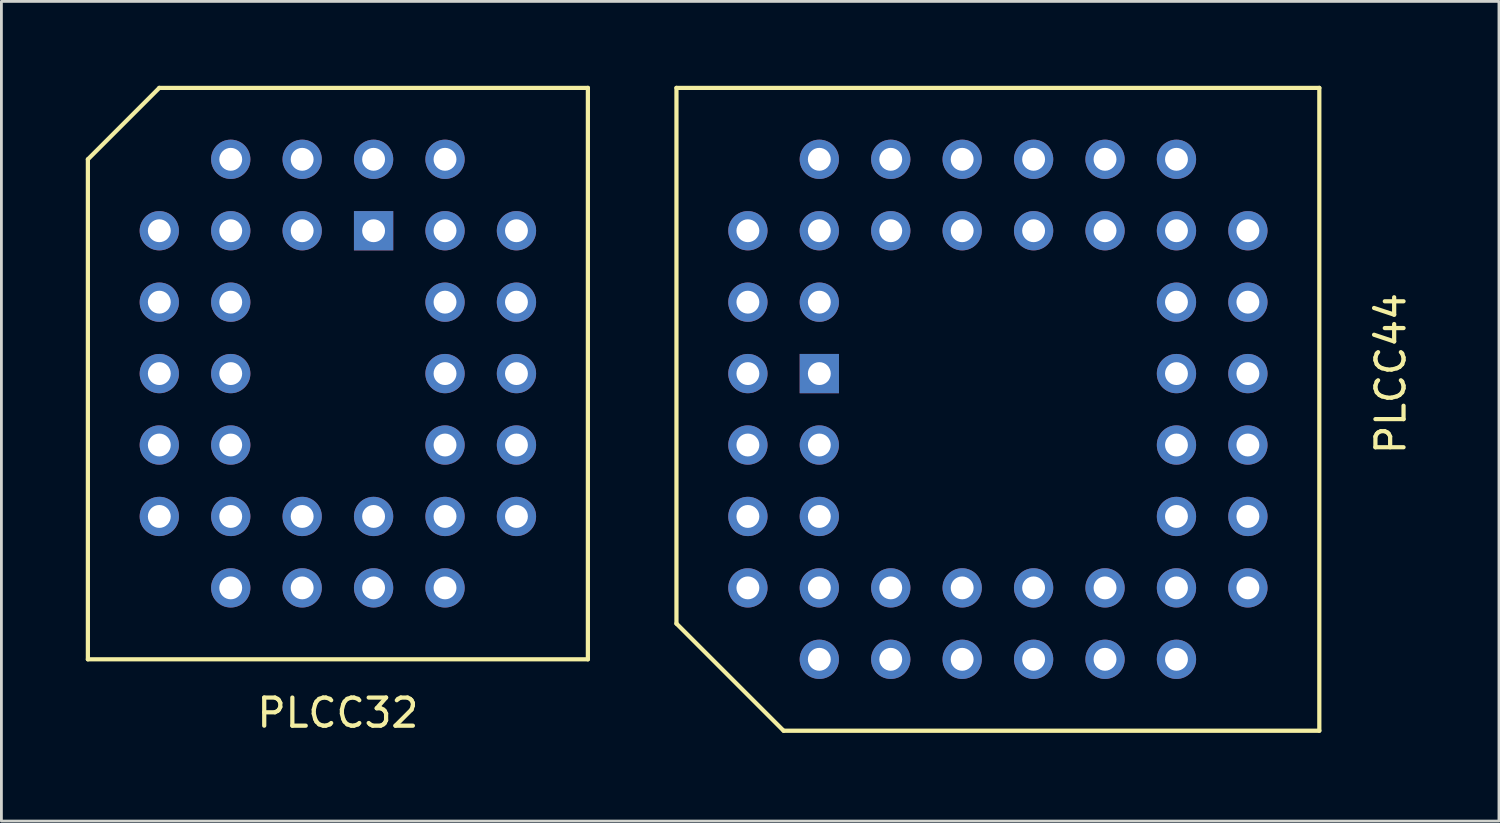
<source format=kicad_pcb>
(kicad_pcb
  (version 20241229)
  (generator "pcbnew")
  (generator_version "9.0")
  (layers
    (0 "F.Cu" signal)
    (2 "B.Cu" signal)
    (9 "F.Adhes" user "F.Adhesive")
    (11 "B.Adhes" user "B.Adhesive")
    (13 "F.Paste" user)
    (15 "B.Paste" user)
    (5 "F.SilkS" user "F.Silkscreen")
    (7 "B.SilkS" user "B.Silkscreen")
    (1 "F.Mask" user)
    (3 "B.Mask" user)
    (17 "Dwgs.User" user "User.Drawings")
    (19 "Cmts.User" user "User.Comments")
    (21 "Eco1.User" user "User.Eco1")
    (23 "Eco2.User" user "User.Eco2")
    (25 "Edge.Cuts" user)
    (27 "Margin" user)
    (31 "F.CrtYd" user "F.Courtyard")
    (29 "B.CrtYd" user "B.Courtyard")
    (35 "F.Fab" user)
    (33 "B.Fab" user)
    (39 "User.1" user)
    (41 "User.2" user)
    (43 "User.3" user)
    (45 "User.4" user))
  (footprint "PLCC44"
    (layer "F.Cu")
    (at 32.435 11.505)
    (property "Reference" "PLCC44" (at 13.97 -1.27 90) (layer "F.SilkS") (effects (font (size 1 1) (thickness 0.15))))
    (attr through_hole)
    (fp_line (start -11.43 -11.43) (end -11.43 7.62) (stroke (width 0.15) (type solid)) (layer "F.SilkS"))
    (fp_line (start -11.43 7.62) (end -7.62 11.43) (stroke (width 0.15) (type solid)) (layer "F.SilkS"))
    (fp_line (start -7.62 11.43) (end 11.43 11.43) (stroke (width 0.15) (type solid)) (layer "F.SilkS"))
    (fp_line (start 11.43 -11.43) (end -11.43 -11.43) (stroke (width 0.15) (type solid)) (layer "F.SilkS"))
    (fp_line (start 11.43 11.43) (end 11.43 -11.43) (stroke (width 0.15) (type solid)) (layer "F.SilkS"))
    (pad "1" thru_hole rect (at -6.35 -1.27) (size 1.397 1.397) (drill 0.813) (layers "*.Cu" "*.Mask"))
    (pad "2" thru_hole circle (at -8.89 1.27) (size 1.397 1.397) (drill 0.813) (layers "*.Cu" "*.Mask"))
    (pad "3" thru_hole circle (at -6.35 1.27) (size 1.397 1.397) (drill 0.813) (layers "*.Cu" "*.Mask"))
    (pad "4" thru_hole circle (at -8.89 3.81) (size 1.397 1.397) (drill 0.813) (layers "*.Cu" "*.Mask"))
    (pad "5" thru_hole circle (at -6.35 3.81) (size 1.397 1.397) (drill 0.813) (layers "*.Cu" "*.Mask"))
    (pad "6" thru_hole circle (at -8.89 6.35) (size 1.397 1.397) (drill 0.813) (layers "*.Cu" "*.Mask"))
    (pad "7" thru_hole circle (at -6.35 8.89) (size 1.397 1.397) (drill 0.813) (layers "*.Cu" "*.Mask"))
    (pad "8" thru_hole circle (at -6.35 6.35) (size 1.397 1.397) (drill 0.813) (layers "*.Cu" "*.Mask"))
    (pad "9" thru_hole circle (at -3.81 8.89) (size 1.397 1.397) (drill 0.813) (layers "*.Cu" "*.Mask"))
    (pad "10" thru_hole circle (at -3.81 6.35) (size 1.397 1.397) (drill 0.813) (layers "*.Cu" "*.Mask"))
    (pad "11" thru_hole circle (at -1.27 8.89) (size 1.397 1.397) (drill 0.813) (layers "*.Cu" "*.Mask"))
    (pad "12" thru_hole circle (at -1.27 6.35) (size 1.397 1.397) (drill 0.813) (layers "*.Cu" "*.Mask"))
    (pad "13" thru_hole circle (at 1.27 8.89) (size 1.397 1.397) (drill 0.813) (layers "*.Cu" "*.Mask"))
    (pad "14" thru_hole circle (at 1.27 6.35) (size 1.397 1.397) (drill 0.813) (layers "*.Cu" "*.Mask"))
    (pad "15" thru_hole circle (at 3.81 8.89) (size 1.397 1.397) (drill 0.813) (layers "*.Cu" "*.Mask"))
    (pad "16" thru_hole circle (at 3.81 6.35) (size 1.397 1.397) (drill 0.813) (layers "*.Cu" "*.Mask"))
    (pad "17" thru_hole circle (at 6.35 8.89) (size 1.397 1.397) (drill 0.813) (layers "*.Cu" "*.Mask"))
    (pad "18" thru_hole circle (at 8.89 6.35) (size 1.397 1.397) (drill 0.813) (layers "*.Cu" "*.Mask"))
    (pad "19" thru_hole circle (at 6.35 6.35) (size 1.397 1.397) (drill 0.813) (layers "*.Cu" "*.Mask"))
    (pad "20" thru_hole circle (at 8.89 3.81) (size 1.397 1.397) (drill 0.813) (layers "*.Cu" "*.Mask"))
    (pad "21" thru_hole circle (at 6.35 3.81) (size 1.397 1.397) (drill 0.813) (layers "*.Cu" "*.Mask"))
    (pad "22" thru_hole circle (at 8.89 1.27) (size 1.397 1.397) (drill 0.813) (layers "*.Cu" "*.Mask"))
    (pad "23" thru_hole circle (at 6.35 1.27) (size 1.397 1.397) (drill 0.813) (layers "*.Cu" "*.Mask"))
    (pad "24" thru_hole circle (at 8.89 -1.27) (size 1.397 1.397) (drill 0.813) (layers "*.Cu" "*.Mask"))
    (pad "25" thru_hole circle (at 6.35 -1.27) (size 1.397 1.397) (drill 0.813) (layers "*.Cu" "*.Mask"))
    (pad "26" thru_hole circle (at 8.89 -3.81) (size 1.397 1.397) (drill 0.813) (layers "*.Cu" "*.Mask"))
    (pad "27" thru_hole circle (at 6.35 -3.81) (size 1.397 1.397) (drill 0.813) (layers "*.Cu" "*.Mask"))
    (pad "28" thru_hole circle (at 8.89 -6.35) (size 1.397 1.397) (drill 0.813) (layers "*.Cu" "*.Mask"))
    (pad "29" thru_hole circle (at 6.35 -8.89) (size 1.397 1.397) (drill 0.813) (layers "*.Cu" "*.Mask"))
    (pad "30" thru_hole circle (at 6.35 -6.35) (size 1.397 1.397) (drill 0.813) (layers "*.Cu" "*.Mask"))
    (pad "31" thru_hole circle (at 3.81 -8.89) (size 1.397 1.397) (drill 0.813) (layers "*.Cu" "*.Mask"))
    (pad "32" thru_hole circle (at 3.81 -6.35) (size 1.397 1.397) (drill 0.813) (layers "*.Cu" "*.Mask"))
    (pad "33" thru_hole circle (at 1.27 -8.89) (size 1.397 1.397) (drill 0.813) (layers "*.Cu" "*.Mask"))
    (pad "34" thru_hole circle (at 1.27 -6.35) (size 1.397 1.397) (drill 0.813) (layers "*.Cu" "*.Mask"))
    (pad "35" thru_hole circle (at -1.27 -8.89) (size 1.397 1.397) (drill 0.813) (layers "*.Cu" "*.Mask"))
    (pad "36" thru_hole circle (at -1.27 -6.35) (size 1.397 1.397) (drill 0.813) (layers "*.Cu" "*.Mask"))
    (pad "37" thru_hole circle (at -3.81 -8.89) (size 1.397 1.397) (drill 0.813) (layers "*.Cu" "*.Mask"))
    (pad "38" thru_hole circle (at -3.81 -6.35) (size 1.397 1.397) (drill 0.813) (layers "*.Cu" "*.Mask"))
    (pad "39" thru_hole circle (at -6.35 -8.89) (size 1.397 1.397) (drill 0.813) (layers "*.Cu" "*.Mask"))
    (pad "40" thru_hole circle (at -8.89 -6.35) (size 1.397 1.397) (drill 0.813) (layers "*.Cu" "*.Mask"))
    (pad "41" thru_hole circle (at -6.35 -6.35) (size 1.397 1.397) (drill 0.813) (layers "*.Cu" "*.Mask"))
    (pad "42" thru_hole circle (at -8.89 -3.81) (size 1.397 1.397) (drill 0.813) (layers "*.Cu" "*.Mask"))
    (pad "43" thru_hole circle (at -6.35 -3.81) (size 1.397 1.397) (drill 0.813) (layers "*.Cu" "*.Mask"))
    (pad "44" thru_hole circle (at -8.89 -1.27) (size 1.397 1.397) (drill 0.813) (layers "*.Cu" "*.Mask")))
  (footprint "PLCC32"
    (layer "F.Cu")
    (at 8.965 10.235)
    (property "Reference" "PLCC32" (at 0 12.065 0) (layer "F.SilkS") (effects (font (size 1 1) (thickness 0.15))))
    (attr through_hole)
    (fp_line (start -8.89 -7.62) (end -8.89 10.16) (stroke (width 0.15) (type solid)) (layer "F.SilkS"))
    (fp_line (start -8.89 10.16) (end 8.89 10.16) (stroke (width 0.15) (type solid)) (layer "F.SilkS"))
    (fp_line (start -6.35 -10.16) (end -8.89 -7.62) (stroke (width 0.15) (type solid)) (layer "F.SilkS"))
    (fp_line (start 8.89 -10.16) (end -6.35 -10.16) (stroke (width 0.15) (type solid)) (layer "F.SilkS"))
    (fp_line (start 8.89 -10.16) (end 8.89 10.16) (stroke (width 0.15) (type solid)) (layer "F.SilkS"))
    (pad "1" thru_hole rect (at 1.27 -5.08) (size 1.397 1.397) (drill 0.813) (layers "*.Cu" "*.Mask"))
    (pad "2" thru_hole circle (at -1.27 -7.62) (size 1.397 1.397) (drill 0.813) (layers "*.Cu" "*.Mask"))
    (pad "3" thru_hole circle (at -1.27 -5.08) (size 1.397 1.397) (drill 0.813) (layers "*.Cu" "*.Mask"))
    (pad "4" thru_hole circle (at -3.81 -7.62) (size 1.397 1.397) (drill 0.813) (layers "*.Cu" "*.Mask"))
    (pad "5" thru_hole circle (at -6.35 -5.08) (size 1.397 1.397) (drill 0.813) (layers "*.Cu" "*.Mask"))
    (pad "6" thru_hole circle (at -3.81 -5.08) (size 1.397 1.397) (drill 0.813) (layers "*.Cu" "*.Mask"))
    (pad "7" thru_hole circle (at -6.35 -2.54) (size 1.397 1.397) (drill 0.813) (layers "*.Cu" "*.Mask"))
    (pad "8" thru_hole circle (at -3.81 -2.54) (size 1.397 1.397) (drill 0.813) (layers "*.Cu" "*.Mask"))
    (pad "9" thru_hole circle (at -6.35 0) (size 1.397 1.397) (drill 0.813) (layers "*.Cu" "*.Mask"))
    (pad "10" thru_hole circle (at -3.81 0) (size 1.397 1.397) (drill 0.813) (layers "*.Cu" "*.Mask"))
    (pad "11" thru_hole circle (at -6.35 2.54) (size 1.397 1.397) (drill 0.813) (layers "*.Cu" "*.Mask"))
    (pad "12" thru_hole circle (at -3.81 2.54) (size 1.397 1.397) (drill 0.813) (layers "*.Cu" "*.Mask"))
    (pad "13" thru_hole circle (at -6.35 5.08) (size 1.397 1.397) (drill 0.813) (layers "*.Cu" "*.Mask"))
    (pad "14" thru_hole circle (at -3.81 7.62) (size 1.397 1.397) (drill 0.813) (layers "*.Cu" "*.Mask"))
    (pad "15" thru_hole circle (at -3.81 5.08) (size 1.397 1.397) (drill 0.813) (layers "*.Cu" "*.Mask"))
    (pad "16" thru_hole circle (at -1.27 7.62) (size 1.397 1.397) (drill 0.813) (layers "*.Cu" "*.Mask"))
    (pad "17" thru_hole circle (at -1.27 5.08) (size 1.397 1.397) (drill 0.813) (layers "*.Cu" "*.Mask"))
    (pad "18" thru_hole circle (at 1.27 7.62) (size 1.397 1.397) (drill 0.813) (layers "*.Cu" "*.Mask"))
    (pad "19" thru_hole circle (at 1.27 5.08) (size 1.397 1.397) (drill 0.813) (layers "*.Cu" "*.Mask"))
    (pad "20" thru_hole circle (at 3.81 7.62) (size 1.397 1.397) (drill 0.813) (layers "*.Cu" "*.Mask"))
    (pad "21" thru_hole circle (at 6.35 5.08) (size 1.397 1.397) (drill 0.813) (layers "*.Cu" "*.Mask"))
    (pad "22" thru_hole circle (at 3.81 5.08) (size 1.397 1.397) (drill 0.813) (layers "*.Cu" "*.Mask"))
    (pad "23" thru_hole circle (at 6.35 2.54) (size 1.397 1.397) (drill 0.813) (layers "*.Cu" "*.Mask"))
    (pad "24" thru_hole circle (at 3.81 2.54) (size 1.397 1.397) (drill 0.813) (layers "*.Cu" "*.Mask"))
    (pad "25" thru_hole circle (at 6.35 0) (size 1.397 1.397) (drill 0.813) (layers "*.Cu" "*.Mask"))
    (pad "26" thru_hole circle (at 3.81 0) (size 1.397 1.397) (drill 0.813) (layers "*.Cu" "*.Mask"))
    (pad "27" thru_hole circle (at 6.35 -2.54) (size 1.397 1.397) (drill 0.813) (layers "*.Cu" "*.Mask"))
    (pad "28" thru_hole circle (at 3.81 -2.54) (size 1.397 1.397) (drill 0.813) (layers "*.Cu" "*.Mask"))
    (pad "29" thru_hole circle (at 6.35 -5.08) (size 1.397 1.397) (drill 0.813) (layers "*.Cu" "*.Mask"))
    (pad "30" thru_hole circle (at 3.81 -7.62) (size 1.397 1.397) (drill 0.813) (layers "*.Cu" "*.Mask"))
    (pad "31" thru_hole circle (at 3.81 -5.08) (size 1.397 1.397) (drill 0.813) (layers "*.Cu" "*.Mask"))
    (pad "32" thru_hole circle (at 1.27 -7.62) (size 1.397 1.397) (drill 0.813) (layers "*.Cu" "*.Mask")))
  (gr_rect
    (start -3 -3)
    (end 50.253 26.148)
    (stroke (width 0.1) (type default))
    (fill no)
    (layer "Edge.Cuts")))
</source>
